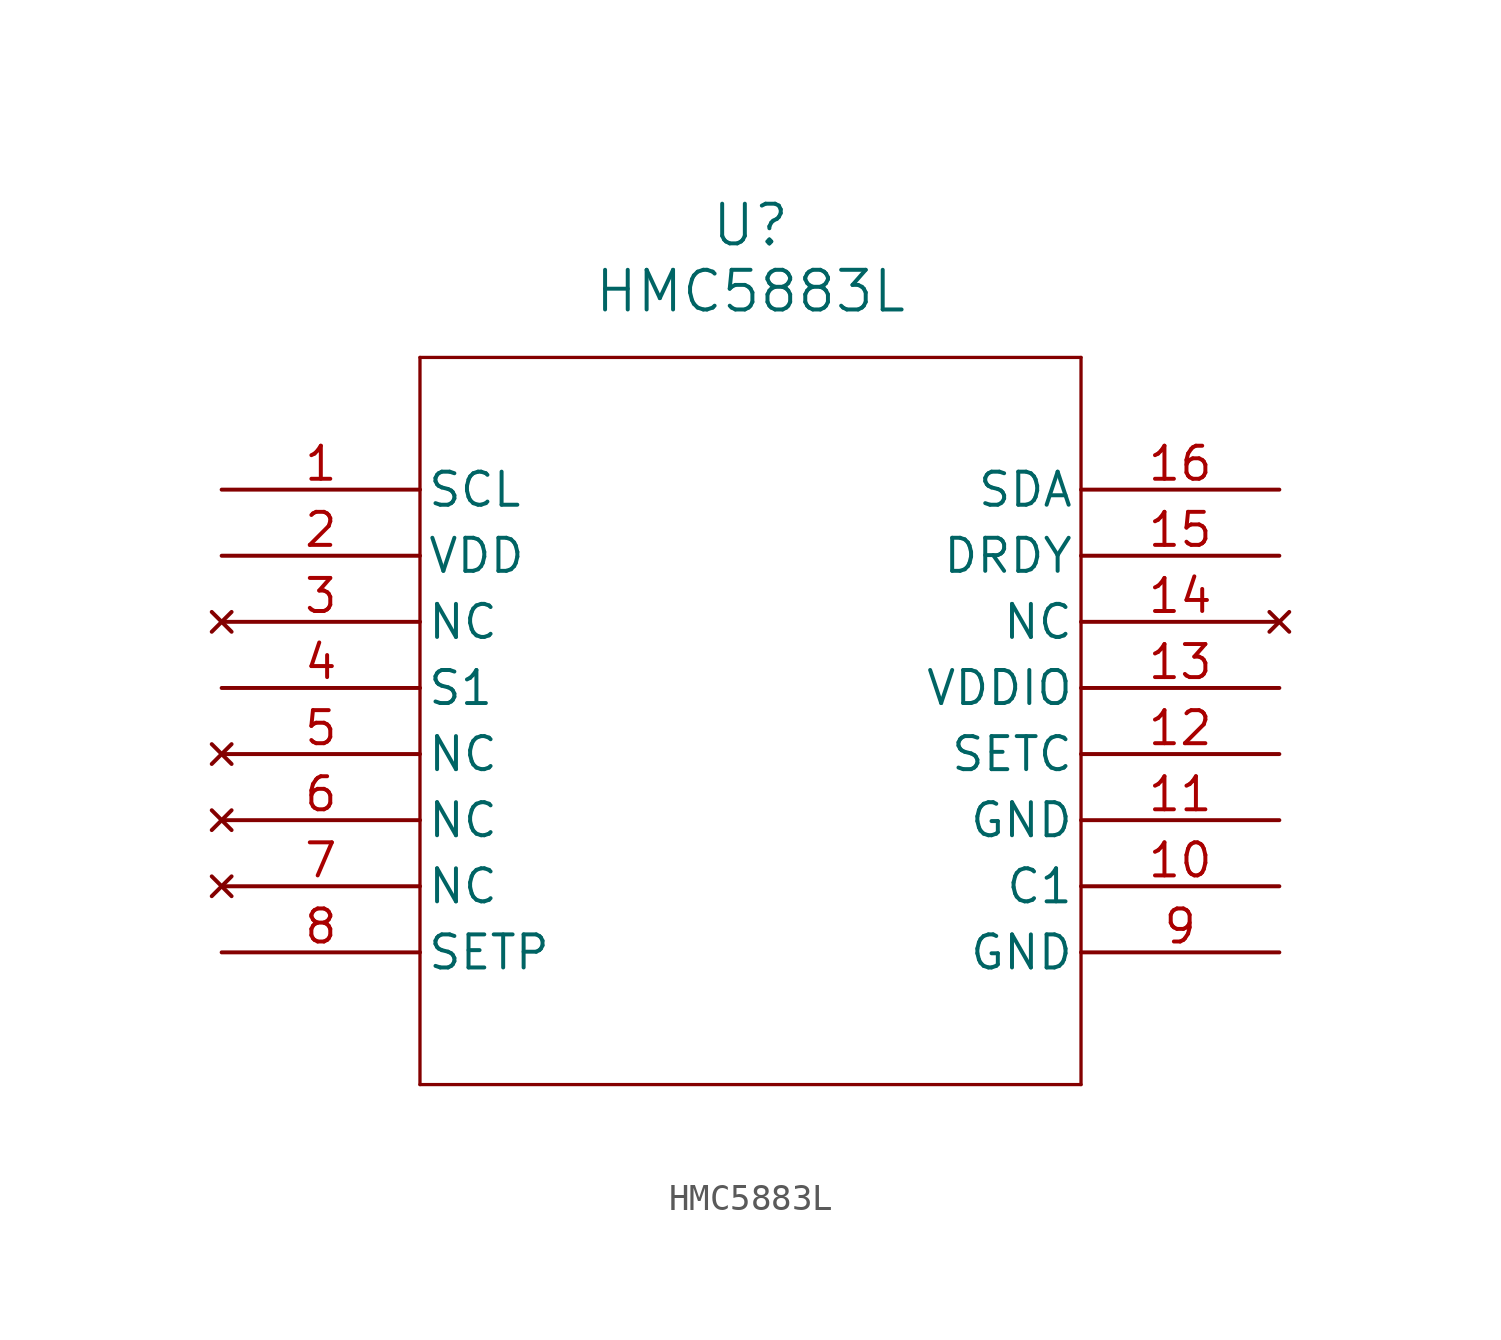
<source format=kicad_sym>
(kicad_symbol_lib
  (version 20211014)
  (generator kicad_symbol_editor)
  (symbol "HMC5883L"
    (pin_names
      (offset 0.254))
    (property "Reference" "U"
      (at 20.32 10.16 0)
      (effects (font (size 1.524 1.524))))
    (property "Value" "HMC5883L"
      (at 20.32 7.62 0)
      (effects (font (size 1.524 1.524))))
    (symbol "HMC5883L_0_1"
      (polyline (pts (xy 7.62 5.08) (xy 7.62 -22.86)) (stroke (width 0.127) (type default) (color 0 0 0 0)) (fill (type none)))
      (polyline (pts (xy 7.62 -22.86) (xy 33.02 -22.86)) (stroke (width 0.127) (type default) (color 0 0 0 0)) (fill (type none)))
      (polyline (pts (xy 33.02 -22.86) (xy 33.02 5.08)) (stroke (width 0.127) (type default) (color 0 0 0 0)) (fill (type none)))
      (polyline (pts (xy 33.02 5.08) (xy 7.62 5.08)) (stroke (width 0.127) (type default) (color 0 0 0 0)) (fill (type none)))
      (pin unspecified line (at 0 0 0) (length 7.62) (name "SCL" (effects (font (size 1.27 1.27)))) (number "1" (effects (font (size 1.27 1.27)))))
      (pin power_in line (at 0 -2.54 0) (length 7.62) (name "VDD" (effects (font (size 1.27 1.27)))) (number "2" (effects (font (size 1.27 1.27)))))
      (pin no_connect line (at 0 -5.08 0) (length 7.62) (name "NC" (effects (font (size 1.27 1.27)))) (number "3" (effects (font (size 1.27 1.27)))))
      (pin unspecified line (at 0 -7.62 0) (length 7.62) (name "S1" (effects (font (size 1.27 1.27)))) (number "4" (effects (font (size 1.27 1.27)))))
      (pin no_connect line (at 0 -10.16 0) (length 7.62) (name "NC" (effects (font (size 1.27 1.27)))) (number "5" (effects (font (size 1.27 1.27)))))
      (pin no_connect line (at 0 -12.7 0) (length 7.62) (name "NC" (effects (font (size 1.27 1.27)))) (number "6" (effects (font (size 1.27 1.27)))))
      (pin no_connect line (at 0 -15.24 0) (length 7.62) (name "NC" (effects (font (size 1.27 1.27)))) (number "7" (effects (font (size 1.27 1.27)))))
      (pin unspecified line (at 0 -17.78 0) (length 7.62) (name "SETP" (effects (font (size 1.27 1.27)))) (number "8" (effects (font (size 1.27 1.27)))))
      (pin power_out line (at 40.64 -17.78 180) (length 7.62) (name "GND" (effects (font (size 1.27 1.27)))) (number "9" (effects (font (size 1.27 1.27)))))
      (pin unspecified line (at 40.64 -15.24 180) (length 7.62) (name "C1" (effects (font (size 1.27 1.27)))) (number "10" (effects (font (size 1.27 1.27)))))
      (pin power_out line (at 40.64 -12.7 180) (length 7.62) (name "GND" (effects (font (size 1.27 1.27)))) (number "11" (effects (font (size 1.27 1.27)))))
      (pin unspecified line (at 40.64 -10.16 180) (length 7.62) (name "SETC" (effects (font (size 1.27 1.27)))) (number "12" (effects (font (size 1.27 1.27)))))
      (pin power_in line (at 40.64 -7.62 180) (length 7.62) (name "VDDIO" (effects (font (size 1.27 1.27)))) (number "13" (effects (font (size 1.27 1.27)))))
      (pin no_connect line (at 40.64 -5.08 180) (length 7.62) (name "NC" (effects (font (size 1.27 1.27)))) (number "14" (effects (font (size 1.27 1.27)))))
      (pin unspecified line (at 40.64 -2.54 180) (length 7.62) (name "DRDY" (effects (font (size 1.27 1.27)))) (number "15" (effects (font (size 1.27 1.27)))))
      (pin unspecified line (at 40.64 0 180) (length 7.62) (name "SDA" (effects (font (size 1.27 1.27)))) (number "16" (effects (font (size 1.27 1.27))))))))
</source>
